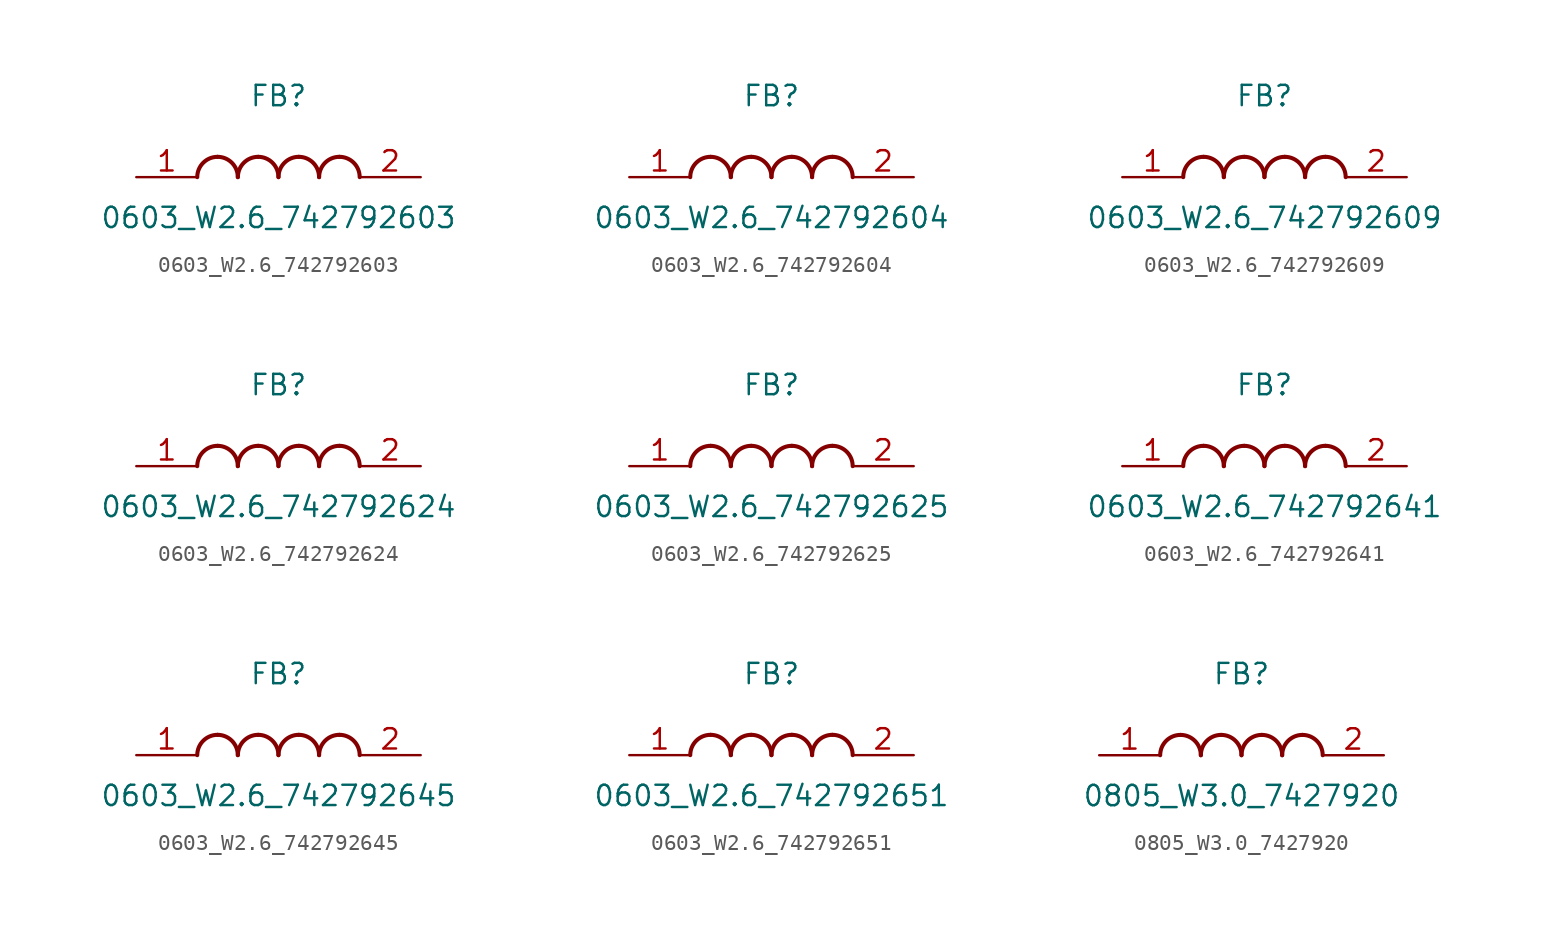
<source format=kicad_sym>
(kicad_symbol_lib
  (version 20211014)
  (generator kicad_symbol_editor)
  (symbol "Ferrite_Wurth_WE-CBF:0603_W2.6_742792603"
    (pin_names hide)
    (property "Reference" "FB"
      (at 0 5.08 0)
      (effects (font (size 1.27 1.27))))
    (property "Value" "0603_W2.6_742792603"
      (at 0 -2.54 0)
      (effects (font (size 1.27 1.27))))
    (symbol "0603_W2.6_742792603_0_1"
      (arc (start -3.81 1.27) (mid -4.708 0.898) (end -5.08 0) (stroke (width 0.254) (type default)) (fill (type none)))
      (arc (start -2.54 0) (mid -2.912 0.898) (end -3.81 1.27) (stroke (width 0.254) (type default)) (fill (type none)))
      (arc (start -1.2699 1.2701) (mid -2.1679 0.8981) (end -2.5399 0.0001) (stroke (width 0.254) (type default)) (fill (type none)))
      (arc (start 0.0001 0.0001) (mid -0.3719 0.8981) (end -1.2699 1.2701) (stroke (width 0.254) (type default)) (fill (type none)))
      (arc (start 1.2701 1.2701) (mid 0.3721 0.8981) (end 0.0001 0.0001) (stroke (width 0.254) (type default)) (fill (type none)))
      (arc (start 2.5401 0.0001) (mid 2.1681 0.8981) (end 1.2701 1.2701) (stroke (width 0.254) (type default)) (fill (type none)))
      (arc (start 3.8101 1.2701) (mid 2.9121 0.8981) (end 2.5401 0.0001) (stroke (width 0.254) (type default)) (fill (type none)))
      (arc (start 5.0801 0.0001) (mid 4.7081 0.8981) (end 3.8101 1.2701) (stroke (width 0.254) (type default)) (fill (type none))))
    (symbol "0603_W2.6_742792603_1_1"
      (pin passive line (at -8.89 0 0) (length 3.81) (name "1" (effects (font (size 1.27 1.27)))) (number "1" (effects (font (size 1.27 1.27)))))
      (pin passive line (at 8.89 0 180) (length 3.81) (name "2" (effects (font (size 1.27 1.27)))) (number "2" (effects (font (size 1.27 1.27)))))))
  (symbol "Ferrite_Wurth_WE-CBF:0603_W2.6_742792604"
    (pin_names hide)
    (property "Reference" "FB"
      (at 0 5.08 0)
      (effects (font (size 1.27 1.27))))
    (property "Value" "0603_W2.6_742792604"
      (at 0 -2.54 0)
      (effects (font (size 1.27 1.27))))
    (symbol "0603_W2.6_742792604_0_1"
      (arc (start -3.81 1.27) (mid -4.708 0.898) (end -5.08 0) (stroke (width 0.254) (type default)) (fill (type none)))
      (arc (start -2.54 0) (mid -2.912 0.898) (end -3.81 1.27) (stroke (width 0.254) (type default)) (fill (type none)))
      (arc (start -1.2699 1.2701) (mid -2.1679 0.8981) (end -2.5399 0.0001) (stroke (width 0.254) (type default)) (fill (type none)))
      (arc (start 0.0001 0.0001) (mid -0.3719 0.8981) (end -1.2699 1.2701) (stroke (width 0.254) (type default)) (fill (type none)))
      (arc (start 1.2701 1.2701) (mid 0.3721 0.8981) (end 0.0001 0.0001) (stroke (width 0.254) (type default)) (fill (type none)))
      (arc (start 2.5401 0.0001) (mid 2.1681 0.8981) (end 1.2701 1.2701) (stroke (width 0.254) (type default)) (fill (type none)))
      (arc (start 3.8101 1.2701) (mid 2.9121 0.8981) (end 2.5401 0.0001) (stroke (width 0.254) (type default)) (fill (type none)))
      (arc (start 5.0801 0.0001) (mid 4.7081 0.8981) (end 3.8101 1.2701) (stroke (width 0.254) (type default)) (fill (type none))))
    (symbol "0603_W2.6_742792604_1_1"
      (pin passive line (at -8.89 0 0) (length 3.81) (name "1" (effects (font (size 1.27 1.27)))) (number "1" (effects (font (size 1.27 1.27)))))
      (pin passive line (at 8.89 0 180) (length 3.81) (name "2" (effects (font (size 1.27 1.27)))) (number "2" (effects (font (size 1.27 1.27)))))))
  (symbol "Ferrite_Wurth_WE-CBF:0603_W2.6_742792609"
    (pin_names hide)
    (property "Reference" "FB"
      (at 0 5.08 0)
      (effects (font (size 1.27 1.27))))
    (property "Value" "0603_W2.6_742792609"
      (at 0 -2.54 0)
      (effects (font (size 1.27 1.27))))
    (symbol "0603_W2.6_742792609_0_1"
      (arc (start -3.81 1.27) (mid -4.708 0.898) (end -5.08 0) (stroke (width 0.254) (type default)) (fill (type none)))
      (arc (start -2.54 0) (mid -2.912 0.898) (end -3.81 1.27) (stroke (width 0.254) (type default)) (fill (type none)))
      (arc (start -1.2699 1.2701) (mid -2.1679 0.8981) (end -2.5399 0.0001) (stroke (width 0.254) (type default)) (fill (type none)))
      (arc (start 0.0001 0.0001) (mid -0.3719 0.8981) (end -1.2699 1.2701) (stroke (width 0.254) (type default)) (fill (type none)))
      (arc (start 1.2701 1.2701) (mid 0.3721 0.8981) (end 0.0001 0.0001) (stroke (width 0.254) (type default)) (fill (type none)))
      (arc (start 2.5401 0.0001) (mid 2.1681 0.8981) (end 1.2701 1.2701) (stroke (width 0.254) (type default)) (fill (type none)))
      (arc (start 3.8101 1.2701) (mid 2.9121 0.8981) (end 2.5401 0.0001) (stroke (width 0.254) (type default)) (fill (type none)))
      (arc (start 5.0801 0.0001) (mid 4.7081 0.8981) (end 3.8101 1.2701) (stroke (width 0.254) (type default)) (fill (type none))))
    (symbol "0603_W2.6_742792609_1_1"
      (pin passive line (at -8.89 0 0) (length 3.81) (name "1" (effects (font (size 1.27 1.27)))) (number "1" (effects (font (size 1.27 1.27)))))
      (pin passive line (at 8.89 0 180) (length 3.81) (name "2" (effects (font (size 1.27 1.27)))) (number "2" (effects (font (size 1.27 1.27)))))))
  (symbol "Ferrite_Wurth_WE-CBF:0603_W2.6_742792624"
    (pin_names hide)
    (property "Reference" "FB"
      (at 0 5.08 0)
      (effects (font (size 1.27 1.27))))
    (property "Value" "0603_W2.6_742792624"
      (at 0 -2.54 0)
      (effects (font (size 1.27 1.27))))
    (symbol "0603_W2.6_742792624_0_1"
      (arc (start -3.81 1.27) (mid -4.708 0.898) (end -5.08 0) (stroke (width 0.254) (type default)) (fill (type none)))
      (arc (start -2.54 0) (mid -2.912 0.898) (end -3.81 1.27) (stroke (width 0.254) (type default)) (fill (type none)))
      (arc (start -1.2699 1.2701) (mid -2.1679 0.8981) (end -2.5399 0.0001) (stroke (width 0.254) (type default)) (fill (type none)))
      (arc (start 0.0001 0.0001) (mid -0.3719 0.8981) (end -1.2699 1.2701) (stroke (width 0.254) (type default)) (fill (type none)))
      (arc (start 1.2701 1.2701) (mid 0.3721 0.8981) (end 0.0001 0.0001) (stroke (width 0.254) (type default)) (fill (type none)))
      (arc (start 2.5401 0.0001) (mid 2.1681 0.8981) (end 1.2701 1.2701) (stroke (width 0.254) (type default)) (fill (type none)))
      (arc (start 3.8101 1.2701) (mid 2.9121 0.8981) (end 2.5401 0.0001) (stroke (width 0.254) (type default)) (fill (type none)))
      (arc (start 5.0801 0.0001) (mid 4.7081 0.8981) (end 3.8101 1.2701) (stroke (width 0.254) (type default)) (fill (type none))))
    (symbol "0603_W2.6_742792624_1_1"
      (pin passive line (at -8.89 0 0) (length 3.81) (name "1" (effects (font (size 1.27 1.27)))) (number "1" (effects (font (size 1.27 1.27)))))
      (pin passive line (at 8.89 0 180) (length 3.81) (name "2" (effects (font (size 1.27 1.27)))) (number "2" (effects (font (size 1.27 1.27)))))))
  (symbol "Ferrite_Wurth_WE-CBF:0603_W2.6_742792625"
    (pin_names hide)
    (property "Reference" "FB"
      (at 0 5.08 0)
      (effects (font (size 1.27 1.27))))
    (property "Value" "0603_W2.6_742792625"
      (at 0 -2.54 0)
      (effects (font (size 1.27 1.27))))
    (symbol "0603_W2.6_742792625_0_1"
      (arc (start -3.81 1.27) (mid -4.708 0.898) (end -5.08 0) (stroke (width 0.254) (type default)) (fill (type none)))
      (arc (start -2.54 0) (mid -2.912 0.898) (end -3.81 1.27) (stroke (width 0.254) (type default)) (fill (type none)))
      (arc (start -1.2699 1.2701) (mid -2.1679 0.8981) (end -2.5399 0.0001) (stroke (width 0.254) (type default)) (fill (type none)))
      (arc (start 0.0001 0.0001) (mid -0.3719 0.8981) (end -1.2699 1.2701) (stroke (width 0.254) (type default)) (fill (type none)))
      (arc (start 1.2701 1.2701) (mid 0.3721 0.8981) (end 0.0001 0.0001) (stroke (width 0.254) (type default)) (fill (type none)))
      (arc (start 2.5401 0.0001) (mid 2.1681 0.8981) (end 1.2701 1.2701) (stroke (width 0.254) (type default)) (fill (type none)))
      (arc (start 3.8101 1.2701) (mid 2.9121 0.8981) (end 2.5401 0.0001) (stroke (width 0.254) (type default)) (fill (type none)))
      (arc (start 5.0801 0.0001) (mid 4.7081 0.8981) (end 3.8101 1.2701) (stroke (width 0.254) (type default)) (fill (type none))))
    (symbol "0603_W2.6_742792625_1_1"
      (pin passive line (at -8.89 0 0) (length 3.81) (name "1" (effects (font (size 1.27 1.27)))) (number "1" (effects (font (size 1.27 1.27)))))
      (pin passive line (at 8.89 0 180) (length 3.81) (name "2" (effects (font (size 1.27 1.27)))) (number "2" (effects (font (size 1.27 1.27)))))))
  (symbol "Ferrite_Wurth_WE-CBF:0603_W2.6_742792641"
    (pin_names hide)
    (property "Reference" "FB"
      (at 0 5.08 0)
      (effects (font (size 1.27 1.27))))
    (property "Value" "0603_W2.6_742792641"
      (at 0 -2.54 0)
      (effects (font (size 1.27 1.27))))
    (symbol "0603_W2.6_742792641_0_1"
      (arc (start -3.81 1.27) (mid -4.708 0.898) (end -5.08 0) (stroke (width 0.254) (type default)) (fill (type none)))
      (arc (start -2.54 0) (mid -2.912 0.898) (end -3.81 1.27) (stroke (width 0.254) (type default)) (fill (type none)))
      (arc (start -1.2699 1.2701) (mid -2.1679 0.8981) (end -2.5399 0.0001) (stroke (width 0.254) (type default)) (fill (type none)))
      (arc (start 0.0001 0.0001) (mid -0.3719 0.8981) (end -1.2699 1.2701) (stroke (width 0.254) (type default)) (fill (type none)))
      (arc (start 1.2701 1.2701) (mid 0.3721 0.8981) (end 0.0001 0.0001) (stroke (width 0.254) (type default)) (fill (type none)))
      (arc (start 2.5401 0.0001) (mid 2.1681 0.8981) (end 1.2701 1.2701) (stroke (width 0.254) (type default)) (fill (type none)))
      (arc (start 3.8101 1.2701) (mid 2.9121 0.8981) (end 2.5401 0.0001) (stroke (width 0.254) (type default)) (fill (type none)))
      (arc (start 5.0801 0.0001) (mid 4.7081 0.8981) (end 3.8101 1.2701) (stroke (width 0.254) (type default)) (fill (type none))))
    (symbol "0603_W2.6_742792641_1_1"
      (pin passive line (at -8.89 0 0) (length 3.81) (name "1" (effects (font (size 1.27 1.27)))) (number "1" (effects (font (size 1.27 1.27)))))
      (pin passive line (at 8.89 0 180) (length 3.81) (name "2" (effects (font (size 1.27 1.27)))) (number "2" (effects (font (size 1.27 1.27)))))))
  (symbol "Ferrite_Wurth_WE-CBF:0603_W2.6_742792645"
    (pin_names hide)
    (property "Reference" "FB"
      (at 0 5.08 0)
      (effects (font (size 1.27 1.27))))
    (property "Value" "0603_W2.6_742792645"
      (at 0 -2.54 0)
      (effects (font (size 1.27 1.27))))
    (symbol "0603_W2.6_742792645_0_1"
      (arc (start -3.81 1.27) (mid -4.708 0.898) (end -5.08 0) (stroke (width 0.254) (type default)) (fill (type none)))
      (arc (start -2.54 0) (mid -2.912 0.898) (end -3.81 1.27) (stroke (width 0.254) (type default)) (fill (type none)))
      (arc (start -1.2699 1.2701) (mid -2.1679 0.8981) (end -2.5399 0.0001) (stroke (width 0.254) (type default)) (fill (type none)))
      (arc (start 0.0001 0.0001) (mid -0.3719 0.8981) (end -1.2699 1.2701) (stroke (width 0.254) (type default)) (fill (type none)))
      (arc (start 1.2701 1.2701) (mid 0.3721 0.8981) (end 0.0001 0.0001) (stroke (width 0.254) (type default)) (fill (type none)))
      (arc (start 2.5401 0.0001) (mid 2.1681 0.8981) (end 1.2701 1.2701) (stroke (width 0.254) (type default)) (fill (type none)))
      (arc (start 3.8101 1.2701) (mid 2.9121 0.8981) (end 2.5401 0.0001) (stroke (width 0.254) (type default)) (fill (type none)))
      (arc (start 5.0801 0.0001) (mid 4.7081 0.8981) (end 3.8101 1.2701) (stroke (width 0.254) (type default)) (fill (type none))))
    (symbol "0603_W2.6_742792645_1_1"
      (pin passive line (at -8.89 0 0) (length 3.81) (name "1" (effects (font (size 1.27 1.27)))) (number "1" (effects (font (size 1.27 1.27)))))
      (pin passive line (at 8.89 0 180) (length 3.81) (name "2" (effects (font (size 1.27 1.27)))) (number "2" (effects (font (size 1.27 1.27)))))))
  (symbol "Ferrite_Wurth_WE-CBF:0603_W2.6_742792651"
    (pin_names hide)
    (property "Reference" "FB"
      (at 0 5.08 0)
      (effects (font (size 1.27 1.27))))
    (property "Value" "0603_W2.6_742792651"
      (at 0 -2.54 0)
      (effects (font (size 1.27 1.27))))
    (symbol "0603_W2.6_742792651_0_1"
      (arc (start -3.81 1.27) (mid -4.708 0.898) (end -5.08 0) (stroke (width 0.254) (type default)) (fill (type none)))
      (arc (start -2.54 0) (mid -2.912 0.898) (end -3.81 1.27) (stroke (width 0.254) (type default)) (fill (type none)))
      (arc (start -1.2699 1.2701) (mid -2.1679 0.8981) (end -2.5399 0.0001) (stroke (width 0.254) (type default)) (fill (type none)))
      (arc (start 0.0001 0.0001) (mid -0.3719 0.8981) (end -1.2699 1.2701) (stroke (width 0.254) (type default)) (fill (type none)))
      (arc (start 1.2701 1.2701) (mid 0.3721 0.8981) (end 0.0001 0.0001) (stroke (width 0.254) (type default)) (fill (type none)))
      (arc (start 2.5401 0.0001) (mid 2.1681 0.8981) (end 1.2701 1.2701) (stroke (width 0.254) (type default)) (fill (type none)))
      (arc (start 3.8101 1.2701) (mid 2.9121 0.8981) (end 2.5401 0.0001) (stroke (width 0.254) (type default)) (fill (type none)))
      (arc (start 5.0801 0.0001) (mid 4.7081 0.8981) (end 3.8101 1.2701) (stroke (width 0.254) (type default)) (fill (type none))))
    (symbol "0603_W2.6_742792651_1_1"
      (pin passive line (at -8.89 0 0) (length 3.81) (name "1" (effects (font (size 1.27 1.27)))) (number "1" (effects (font (size 1.27 1.27)))))
      (pin passive line (at 8.89 0 180) (length 3.81) (name "2" (effects (font (size 1.27 1.27)))) (number "2" (effects (font (size 1.27 1.27)))))))
  (symbol "Ferrite_Wurth_WE-CBF:0805_W3.0_7427920"
    (pin_names hide)
    (property "Reference" "FB"
      (at 0 5.08 0)
      (effects (font (size 1.27 1.27))))
    (property "Value" "0805_W3.0_7427920"
      (at 0 -2.54 0)
      (effects (font (size 1.27 1.27))))
    (symbol "0805_W3.0_7427920_0_1"
      (arc (start -3.81 1.27) (mid -4.708 0.898) (end -5.08 0) (stroke (width 0.254) (type default)) (fill (type none)))
      (arc (start -2.54 0) (mid -2.912 0.898) (end -3.81 1.27) (stroke (width 0.254) (type default)) (fill (type none)))
      (arc (start -1.2699 1.2701) (mid -2.1679 0.8981) (end -2.5399 0.0001) (stroke (width 0.254) (type default)) (fill (type none)))
      (arc (start 0.0001 0.0001) (mid -0.3719 0.8981) (end -1.2699 1.2701) (stroke (width 0.254) (type default)) (fill (type none)))
      (arc (start 1.2701 1.2701) (mid 0.3721 0.8981) (end 0.0001 0.0001) (stroke (width 0.254) (type default)) (fill (type none)))
      (arc (start 2.5401 0.0001) (mid 2.1681 0.8981) (end 1.2701 1.2701) (stroke (width 0.254) (type default)) (fill (type none)))
      (arc (start 3.8101 1.2701) (mid 2.9121 0.8981) (end 2.5401 0.0001) (stroke (width 0.254) (type default)) (fill (type none)))
      (arc (start 5.0801 0.0001) (mid 4.7081 0.8981) (end 3.8101 1.2701) (stroke (width 0.254) (type default)) (fill (type none))))
    (symbol "0805_W3.0_7427920_1_1"
      (pin passive line (at -8.89 0 0) (length 3.81) (name "1" (effects (font (size 1.27 1.27)))) (number "1" (effects (font (size 1.27 1.27)))))
      (pin passive line (at 8.89 0 180) (length 3.81) (name "2" (effects (font (size 1.27 1.27)))) (number "2" (effects (font (size 1.27 1.27))))))))
</source>
